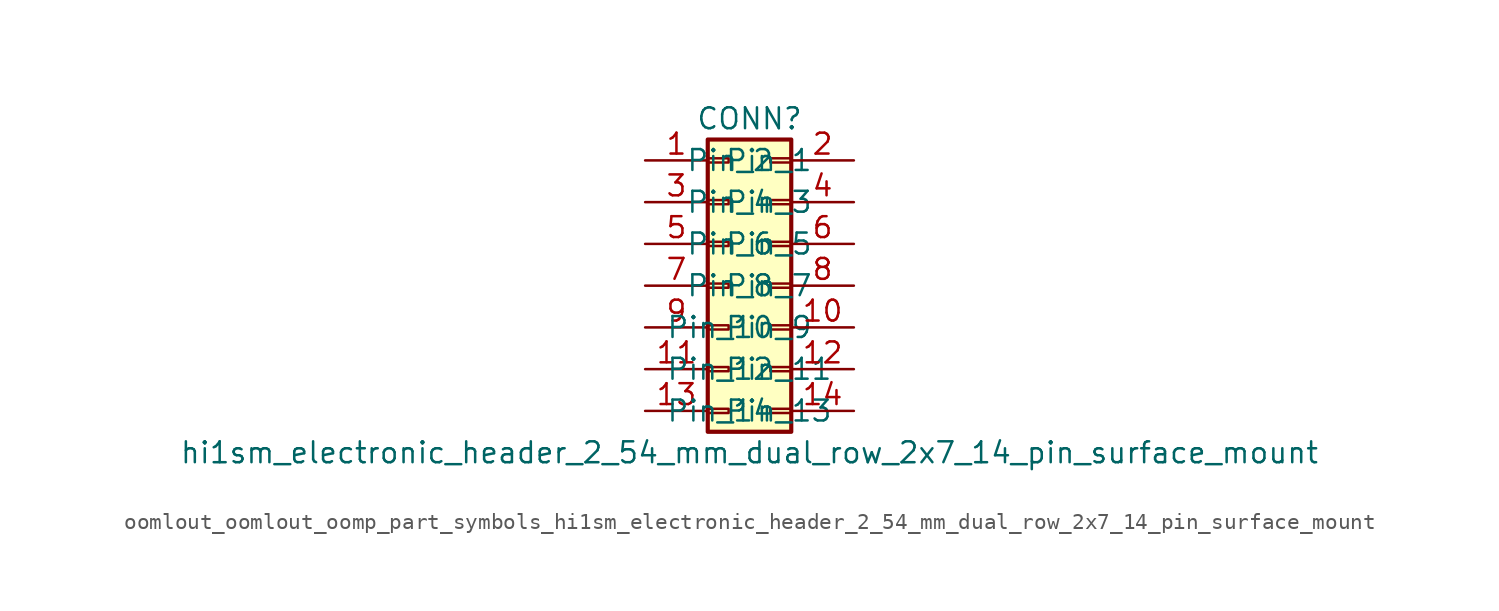
<source format=kicad_sym>
(kicad_symbol_lib
  (version 20220914)
  (generator kicad_symbol_editor)
  (symbol "oomlout_oomlout_oomp_part_symbols_hi1sm_electronic_header_2_54_mm_dual_row_2x7_14_pin_surface_mount"
    (pin_names
      (offset 1.016))
    (property "Reference" "CONN"
      (at 1.27 10.16 0)
      (effects (font (size 1.27 1.27))))
    (property "Value" "hi1sm_electronic_header_2_54_mm_dual_row_2x7_14_pin_surface_mount"
      (at 1.27 -10.16 0)
      (effects (font (size 1.27 1.27))))
    (symbol "oomlout_oomlout_oomp_part_symbols_hi1sm_electronic_header_2_54_mm_dual_row_2x7_14_pin_surface_mount_1_1"
      (rectangle (start -1.27 -7.493) (end 0 -7.747) (stroke (width 0.152) (type default)) (fill (type none)))
      (rectangle (start -1.27 -4.953) (end 0 -5.207) (stroke (width 0.152) (type default)) (fill (type none)))
      (rectangle (start -1.27 -2.413) (end 0 -2.667) (stroke (width 0.152) (type default)) (fill (type none)))
      (rectangle (start -1.27 0.127) (end 0 -0.127) (stroke (width 0.152) (type default)) (fill (type none)))
      (rectangle (start -1.27 2.667) (end 0 2.413) (stroke (width 0.152) (type default)) (fill (type none)))
      (rectangle (start -1.27 5.207) (end 0 4.953) (stroke (width 0.152) (type default)) (fill (type none)))
      (rectangle (start -1.27 7.747) (end 0 7.493) (stroke (width 0.152) (type default)) (fill (type none)))
      (rectangle (start -1.27 8.89) (end 3.81 -8.89) (stroke (width 0.254) (type default)) (fill (type background)))
      (rectangle (start 3.81 -7.493) (end 2.54 -7.747) (stroke (width 0.152) (type default)) (fill (type none)))
      (rectangle (start 3.81 -4.953) (end 2.54 -5.207) (stroke (width 0.152) (type default)) (fill (type none)))
      (rectangle (start 3.81 -2.413) (end 2.54 -2.667) (stroke (width 0.152) (type default)) (fill (type none)))
      (rectangle (start 3.81 0.127) (end 2.54 -0.127) (stroke (width 0.152) (type default)) (fill (type none)))
      (rectangle (start 3.81 2.667) (end 2.54 2.413) (stroke (width 0.152) (type default)) (fill (type none)))
      (rectangle (start 3.81 5.207) (end 2.54 4.953) (stroke (width 0.152) (type default)) (fill (type none)))
      (rectangle (start 3.81 7.747) (end 2.54 7.493) (stroke (width 0.152) (type default)) (fill (type none)))
      (pin passive line (at -5.08 7.62 0) (length 3.81) (name "Pin_1" (effects (font (size 1.27 1.27)))) (number "1" (effects (font (size 1.27 1.27)))))
      (pin passive line (at 7.62 -2.54 180) (length 3.81) (name "Pin_10" (effects (font (size 1.27 1.27)))) (number "10" (effects (font (size 1.27 1.27)))))
      (pin passive line (at -5.08 -5.08 0) (length 3.81) (name "Pin_11" (effects (font (size 1.27 1.27)))) (number "11" (effects (font (size 1.27 1.27)))))
      (pin passive line (at 7.62 -5.08 180) (length 3.81) (name "Pin_12" (effects (font (size 1.27 1.27)))) (number "12" (effects (font (size 1.27 1.27)))))
      (pin passive line (at -5.08 -7.62 0) (length 3.81) (name "Pin_13" (effects (font (size 1.27 1.27)))) (number "13" (effects (font (size 1.27 1.27)))))
      (pin passive line (at 7.62 -7.62 180) (length 3.81) (name "Pin_14" (effects (font (size 1.27 1.27)))) (number "14" (effects (font (size 1.27 1.27)))))
      (pin passive line (at 7.62 7.62 180) (length 3.81) (name "Pin_2" (effects (font (size 1.27 1.27)))) (number "2" (effects (font (size 1.27 1.27)))))
      (pin passive line (at -5.08 5.08 0) (length 3.81) (name "Pin_3" (effects (font (size 1.27 1.27)))) (number "3" (effects (font (size 1.27 1.27)))))
      (pin passive line (at 7.62 5.08 180) (length 3.81) (name "Pin_4" (effects (font (size 1.27 1.27)))) (number "4" (effects (font (size 1.27 1.27)))))
      (pin passive line (at -5.08 2.54 0) (length 3.81) (name "Pin_5" (effects (font (size 1.27 1.27)))) (number "5" (effects (font (size 1.27 1.27)))))
      (pin passive line (at 7.62 2.54 180) (length 3.81) (name "Pin_6" (effects (font (size 1.27 1.27)))) (number "6" (effects (font (size 1.27 1.27)))))
      (pin passive line (at -5.08 0 0) (length 3.81) (name "Pin_7" (effects (font (size 1.27 1.27)))) (number "7" (effects (font (size 1.27 1.27)))))
      (pin passive line (at 7.62 0 180) (length 3.81) (name "Pin_8" (effects (font (size 1.27 1.27)))) (number "8" (effects (font (size 1.27 1.27)))))
      (pin passive line (at -5.08 -2.54 0) (length 3.81) (name "Pin_9" (effects (font (size 1.27 1.27)))) (number "9" (effects (font (size 1.27 1.27))))))))
</source>
